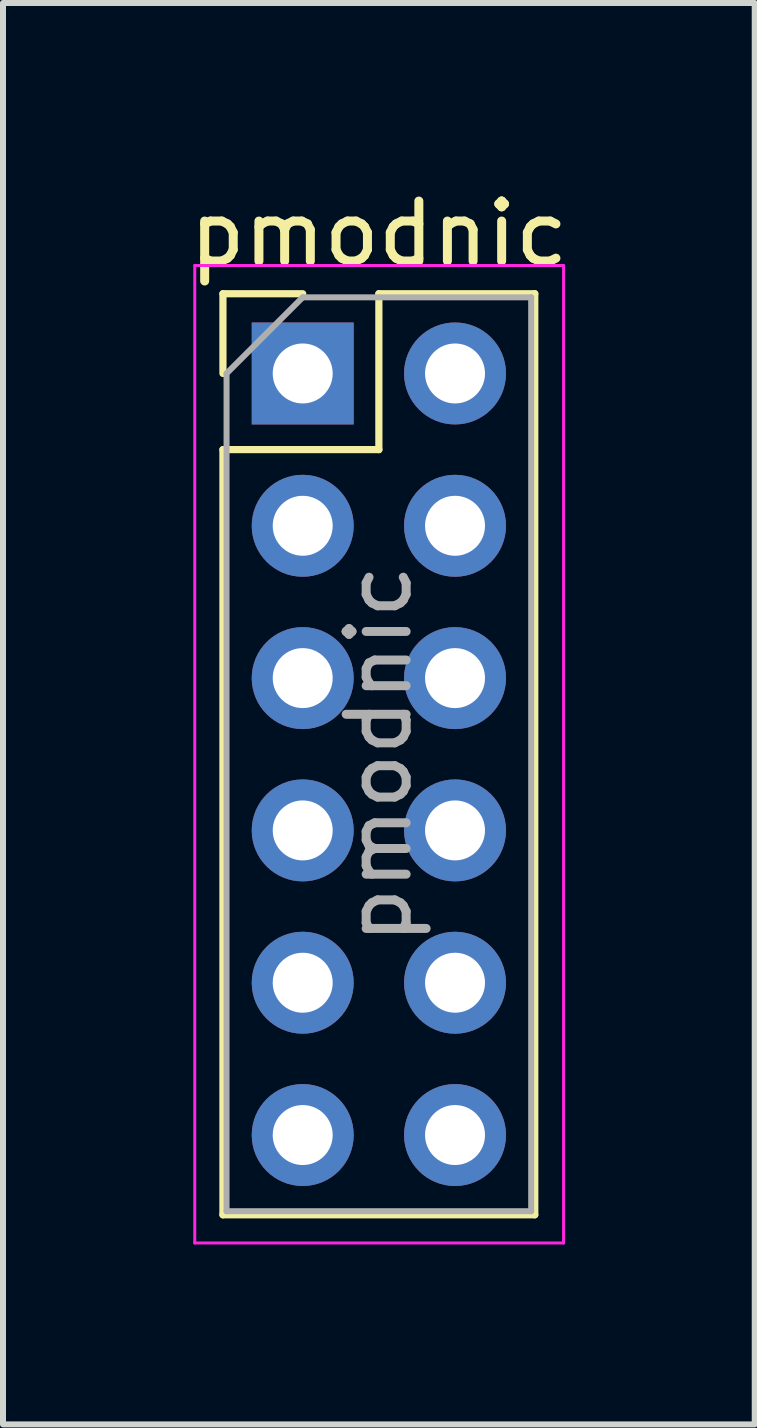
<source format=kicad_pcb>
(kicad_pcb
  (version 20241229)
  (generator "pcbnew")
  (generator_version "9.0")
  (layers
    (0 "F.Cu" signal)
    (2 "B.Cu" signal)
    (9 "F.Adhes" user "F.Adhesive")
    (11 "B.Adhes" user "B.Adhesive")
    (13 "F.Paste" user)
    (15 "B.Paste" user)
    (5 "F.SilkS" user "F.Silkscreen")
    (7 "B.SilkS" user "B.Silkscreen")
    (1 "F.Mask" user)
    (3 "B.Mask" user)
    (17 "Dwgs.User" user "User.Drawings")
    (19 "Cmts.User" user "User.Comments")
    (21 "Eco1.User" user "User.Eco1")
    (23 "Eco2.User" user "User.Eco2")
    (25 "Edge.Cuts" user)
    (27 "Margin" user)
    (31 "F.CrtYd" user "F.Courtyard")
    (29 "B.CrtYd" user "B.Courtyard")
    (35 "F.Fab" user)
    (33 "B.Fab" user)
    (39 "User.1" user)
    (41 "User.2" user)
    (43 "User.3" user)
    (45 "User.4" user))
  (footprint "pmodnic"
    (layer "F.Cu")
    (at 1.998 3.178)
    (property "Reference" "pmodnic" (at 1.27 -2.33 0) (layer "F.SilkS") (effects (font (size 1 1) (thickness 0.15))))
    (attr through_hole)
    (fp_line (start -1.33 -1.33) (end 0 -1.33) (stroke (width 0.12) (type solid)) (layer "F.SilkS"))
    (fp_line (start -1.33 0) (end -1.33 -1.33) (stroke (width 0.12) (type solid)) (layer "F.SilkS"))
    (fp_line (start -1.33 1.27) (end -1.33 14.03) (stroke (width 0.12) (type solid)) (layer "F.SilkS"))
    (fp_line (start -1.33 1.27) (end 1.27 1.27) (stroke (width 0.12) (type solid)) (layer "F.SilkS"))
    (fp_line (start -1.33 14.03) (end 3.87 14.03) (stroke (width 0.12) (type solid)) (layer "F.SilkS"))
    (fp_line (start 1.27 -1.33) (end 3.87 -1.33) (stroke (width 0.12) (type solid)) (layer "F.SilkS"))
    (fp_line (start 1.27 1.27) (end 1.27 -1.33) (stroke (width 0.12) (type solid)) (layer "F.SilkS"))
    (fp_line (start 3.87 -1.33) (end 3.87 14.03) (stroke (width 0.12) (type solid)) (layer "F.SilkS"))
    (fp_line (start -1.8 -1.8) (end -1.8 14.5) (stroke (width 0.05) (type solid)) (layer "F.CrtYd"))
    (fp_line (start -1.8 14.5) (end 4.35 14.5) (stroke (width 0.05) (type solid)) (layer "F.CrtYd"))
    (fp_line (start 4.35 -1.8) (end -1.8 -1.8) (stroke (width 0.05) (type solid)) (layer "F.CrtYd"))
    (fp_line (start 4.35 14.5) (end 4.35 -1.8) (stroke (width 0.05) (type solid)) (layer "F.CrtYd"))
    (fp_line (start -1.27 0) (end 0 -1.27) (stroke (width 0.1) (type solid)) (layer "F.Fab"))
    (fp_line (start -1.27 13.97) (end -1.27 0) (stroke (width 0.1) (type solid)) (layer "F.Fab"))
    (fp_line (start 0 -1.27) (end 3.81 -1.27) (stroke (width 0.1) (type solid)) (layer "F.Fab"))
    (fp_line (start 3.81 -1.27) (end 3.81 13.97) (stroke (width 0.1) (type solid)) (layer "F.Fab"))
    (fp_line (start 3.81 13.97) (end -1.27 13.97) (stroke (width 0.1) (type solid)) (layer "F.Fab"))
    (fp_text user "${REFERENCE}" (at 1.27 6.35 90) (layer "F.Fab") (effects (font (size 1 1) (thickness 0.15))))
    (pad "1" thru_hole rect (at 0 0) (size 1.7 1.7) (drill 1) (layers "*.Cu" "*.Mask"))
    (pad "2" thru_hole oval (at 0 2.54) (size 1.7 1.7) (drill 1) (layers "*.Cu" "*.Mask"))
    (pad "3" thru_hole oval (at 0 5.08) (size 1.7 1.7) (drill 1) (layers "*.Cu" "*.Mask"))
    (pad "4" thru_hole oval (at 0 7.62) (size 1.7 1.7) (drill 1) (layers "*.Cu" "*.Mask"))
    (pad "5" thru_hole oval (at 0 10.16) (size 1.7 1.7) (drill 1) (layers "*.Cu" "*.Mask"))
    (pad "6" thru_hole oval (at 0 12.7) (size 1.7 1.7) (drill 1) (layers "*.Cu" "*.Mask"))
    (pad "7" thru_hole oval (at 2.54 0) (size 1.7 1.7) (drill 1) (layers "*.Cu" "*.Mask"))
    (pad "8" thru_hole oval (at 2.54 2.54) (size 1.7 1.7) (drill 1) (layers "*.Cu" "*.Mask"))
    (pad "9" thru_hole oval (at 2.54 5.08) (size 1.7 1.7) (drill 1) (layers "*.Cu" "*.Mask"))
    (pad "10" thru_hole oval (at 2.54 7.62) (size 1.7 1.7) (drill 1) (layers "*.Cu" "*.Mask"))
    (pad "11" thru_hole oval (at 2.54 10.16) (size 1.7 1.7) (drill 1) (layers "*.Cu" "*.Mask"))
    (pad "12" thru_hole oval (at 2.54 12.7) (size 1.7 1.7) (drill 1) (layers "*.Cu" "*.Mask")))
  (gr_rect
    (start -3 -3)
    (end 9.536 20.703)
    (stroke (width 0.1) (type default))
    (fill no)
    (layer "Edge.Cuts")))
</source>
